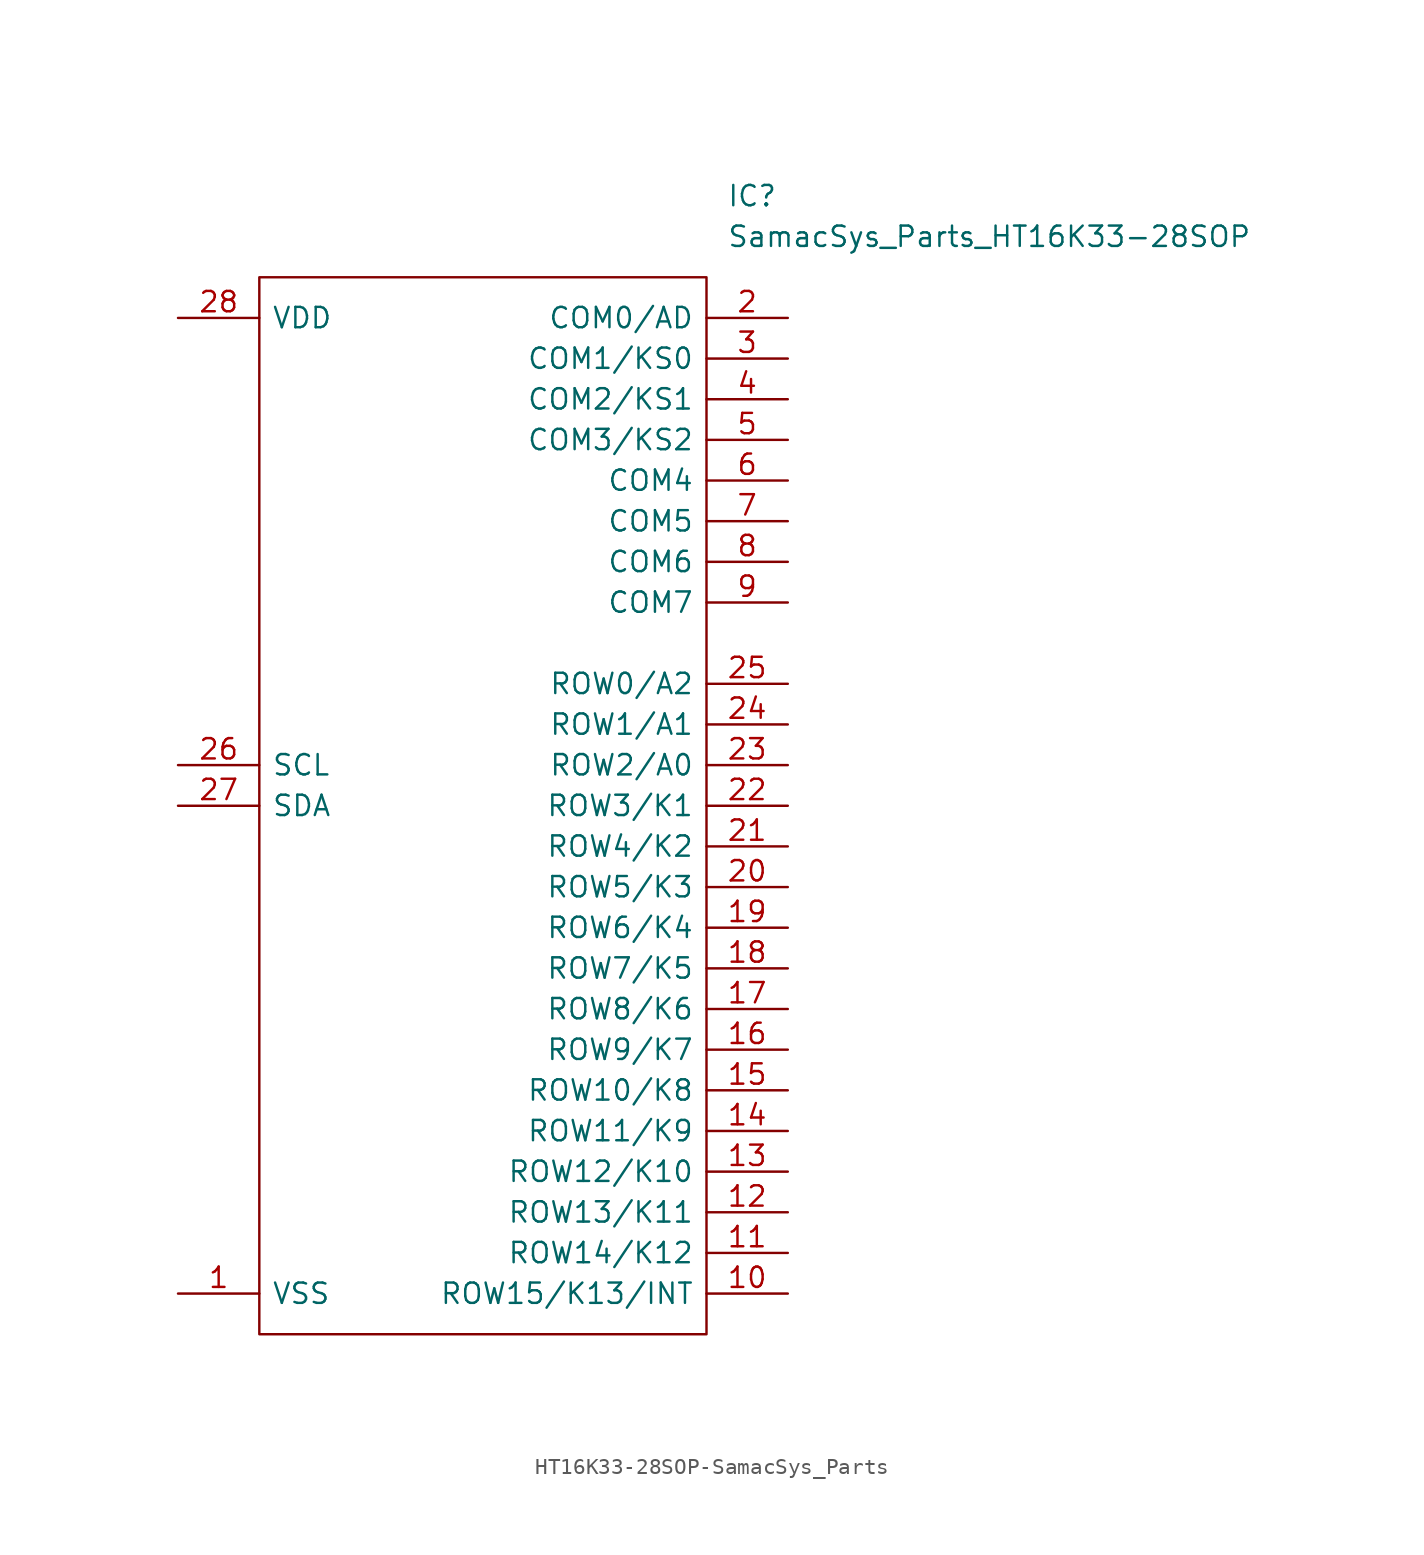
<source format=kicad_sym>
(kicad_symbol_lib
  (version 20220914)
  (generator kicad_symbol_editor)
  (symbol "HT16K33-28SOP-SamacSys_Parts"
    (pin_names
      (offset 0.762))
    (property "Reference" "IC"
      (at 34.29 7.62 0)
      (effects (font (size 1.27 1.27)) (justify left)))
    (property "Value" "SamacSys_Parts_HT16K33-28SOP"
      (at 34.29 5.08 0)
      (effects (font (size 1.27 1.27)) (justify left)))
    (symbol "HT16K33-28SOP-SamacSys_Parts_0_0"
      (pin passive line (at 0 -60.96 0) (length 5.08) (name "VSS" (effects (font (size 1.27 1.27)))) (number "1" (effects (font (size 1.27 1.27)))))
      (pin passive line (at 38.1 -60.96 180) (length 5.08) (name "ROW15/K13/INT" (effects (font (size 1.27 1.27)))) (number "10" (effects (font (size 1.27 1.27)))))
      (pin passive line (at 38.1 -58.42 180) (length 5.08) (name "ROW14/K12" (effects (font (size 1.27 1.27)))) (number "11" (effects (font (size 1.27 1.27)))))
      (pin passive line (at 38.1 -55.88 180) (length 5.08) (name "ROW13/K11" (effects (font (size 1.27 1.27)))) (number "12" (effects (font (size 1.27 1.27)))))
      (pin passive line (at 38.1 -53.34 180) (length 5.08) (name "ROW12/K10" (effects (font (size 1.27 1.27)))) (number "13" (effects (font (size 1.27 1.27)))))
      (pin passive line (at 38.1 -50.8 180) (length 5.08) (name "ROW11/K9" (effects (font (size 1.27 1.27)))) (number "14" (effects (font (size 1.27 1.27)))))
      (pin passive line (at 38.1 -48.26 180) (length 5.08) (name "ROW10/K8" (effects (font (size 1.27 1.27)))) (number "15" (effects (font (size 1.27 1.27)))))
      (pin passive line (at 38.1 -45.72 180) (length 5.08) (name "ROW9/K7" (effects (font (size 1.27 1.27)))) (number "16" (effects (font (size 1.27 1.27)))))
      (pin passive line (at 38.1 -43.18 180) (length 5.08) (name "ROW8/K6" (effects (font (size 1.27 1.27)))) (number "17" (effects (font (size 1.27 1.27)))))
      (pin passive line (at 38.1 -40.64 180) (length 5.08) (name "ROW7/K5" (effects (font (size 1.27 1.27)))) (number "18" (effects (font (size 1.27 1.27)))))
      (pin passive line (at 38.1 -38.1 180) (length 5.08) (name "ROW6/K4" (effects (font (size 1.27 1.27)))) (number "19" (effects (font (size 1.27 1.27)))))
      (pin passive line (at 38.1 0 180) (length 5.08) (name "COM0/AD" (effects (font (size 1.27 1.27)))) (number "2" (effects (font (size 1.27 1.27)))))
      (pin passive line (at 38.1 -35.56 180) (length 5.08) (name "ROW5/K3" (effects (font (size 1.27 1.27)))) (number "20" (effects (font (size 1.27 1.27)))))
      (pin passive line (at 38.1 -33.02 180) (length 5.08) (name "ROW4/K2" (effects (font (size 1.27 1.27)))) (number "21" (effects (font (size 1.27 1.27)))))
      (pin passive line (at 38.1 -30.48 180) (length 5.08) (name "ROW3/K1" (effects (font (size 1.27 1.27)))) (number "22" (effects (font (size 1.27 1.27)))))
      (pin passive line (at 38.1 -27.94 180) (length 5.08) (name "ROW2/A0" (effects (font (size 1.27 1.27)))) (number "23" (effects (font (size 1.27 1.27)))))
      (pin passive line (at 38.1 -25.4 180) (length 5.08) (name "ROW1/A1" (effects (font (size 1.27 1.27)))) (number "24" (effects (font (size 1.27 1.27)))))
      (pin passive line (at 38.1 -22.86 180) (length 5.08) (name "ROW0/A2" (effects (font (size 1.27 1.27)))) (number "25" (effects (font (size 1.27 1.27)))))
      (pin passive line (at 0 -27.94 0) (length 5.08) (name "SCL" (effects (font (size 1.27 1.27)))) (number "26" (effects (font (size 1.27 1.27)))))
      (pin passive line (at 0 -30.48 0) (length 5.08) (name "SDA" (effects (font (size 1.27 1.27)))) (number "27" (effects (font (size 1.27 1.27)))))
      (pin passive line (at 0 0 0) (length 5.08) (name "VDD" (effects (font (size 1.27 1.27)))) (number "28" (effects (font (size 1.27 1.27)))))
      (pin passive line (at 38.1 -2.54 180) (length 5.08) (name "COM1/KS0" (effects (font (size 1.27 1.27)))) (number "3" (effects (font (size 1.27 1.27)))))
      (pin passive line (at 38.1 -5.08 180) (length 5.08) (name "COM2/KS1" (effects (font (size 1.27 1.27)))) (number "4" (effects (font (size 1.27 1.27)))))
      (pin passive line (at 38.1 -7.62 180) (length 5.08) (name "COM3/KS2" (effects (font (size 1.27 1.27)))) (number "5" (effects (font (size 1.27 1.27)))))
      (pin passive line (at 38.1 -10.16 180) (length 5.08) (name "COM4" (effects (font (size 1.27 1.27)))) (number "6" (effects (font (size 1.27 1.27)))))
      (pin passive line (at 38.1 -12.7 180) (length 5.08) (name "COM5" (effects (font (size 1.27 1.27)))) (number "7" (effects (font (size 1.27 1.27)))))
      (pin passive line (at 38.1 -15.24 180) (length 5.08) (name "COM6" (effects (font (size 1.27 1.27)))) (number "8" (effects (font (size 1.27 1.27)))))
      (pin passive line (at 38.1 -17.78 180) (length 5.08) (name "COM7" (effects (font (size 1.27 1.27)))) (number "9" (effects (font (size 1.27 1.27))))))
    (symbol "HT16K33-28SOP-SamacSys_Parts_0_1"
      (polyline (pts (xy 5.08 2.54) (xy 33.02 2.54) (xy 33.02 -63.5) (xy 5.08 -63.5) (xy 5.08 2.54)) (stroke (width 0.152) (type solid)) (fill (type none))))))
</source>
